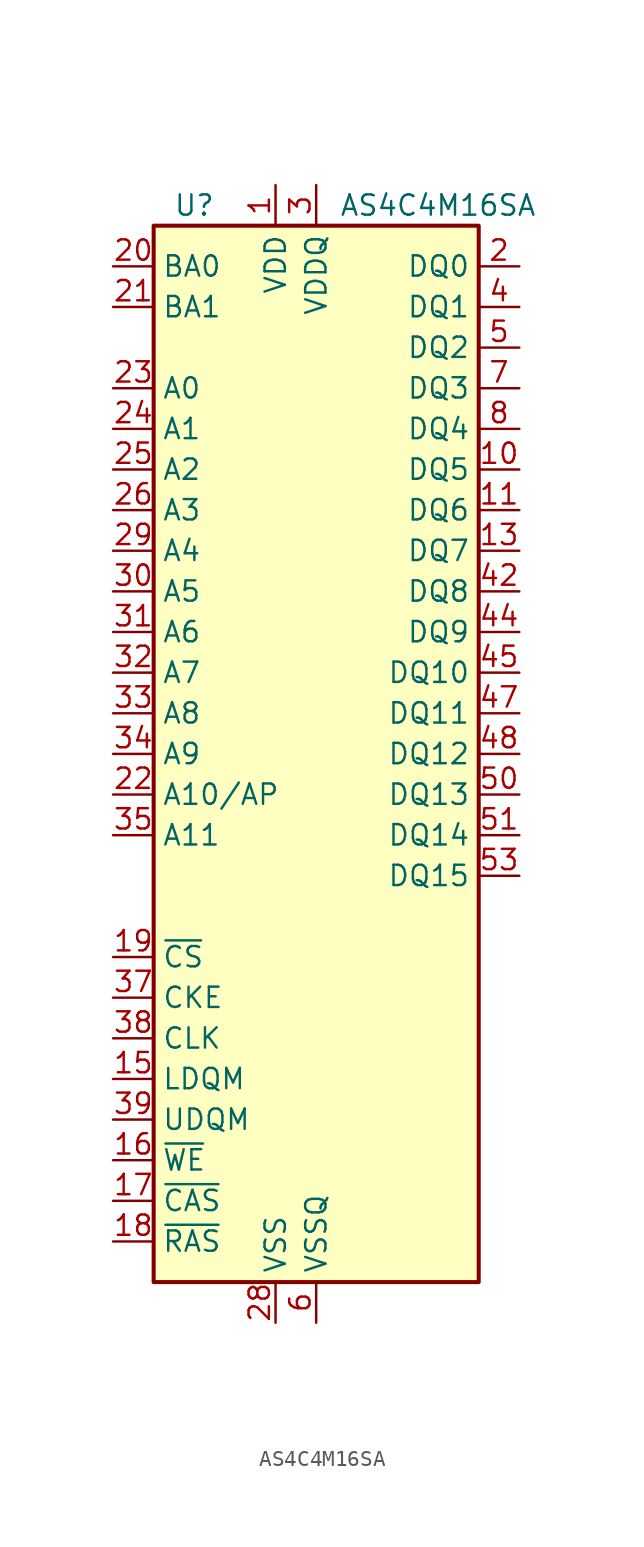
<source format=kicad_sym>
(kicad_symbol_lib
  (version 20231120)
  (generator "kicad_symbol_editor")
  (generator_version "8.0")
  (symbol "AS4C4M16SA"
    (property "Reference" "U"
      (at -7.62 34.29 0)
      (effects (font (size 1.27 1.27))))
    (property "Value" "AS4C4M16SA"
      (at 7.62 34.29 0)
      (effects (font (size 1.27 1.27))))
    (symbol "AS4C4M16SA_0_1"
      (rectangle (start -10.16 33.02) (end 10.16 -33.02) (stroke (width 0.254) (type default)) (fill (type background))))
    (symbol "AS4C4M16SA_1_1"
      (pin power_in line (at -2.54 35.56 270) (length 2.54) (name "VDD" (effects (font (size 1.27 1.27)))) (number "1" (effects (font (size 1.27 1.27)))))
      (pin bidirectional line (at 12.7 17.78 180) (length 2.54) (name "DQ5" (effects (font (size 1.27 1.27)))) (number "10" (effects (font (size 1.27 1.27)))))
      (pin bidirectional line (at 12.7 15.24 180) (length 2.54) (name "DQ6" (effects (font (size 1.27 1.27)))) (number "11" (effects (font (size 1.27 1.27)))))
      (pin passive line (at 0 -35.56 90) (length 2.54) hide (name "VSSQ" (effects (font (size 1.27 1.27)))) (number "12" (effects (font (size 1.27 1.27)))))
      (pin bidirectional line (at 12.7 12.7 180) (length 2.54) (name "DQ7" (effects (font (size 1.27 1.27)))) (number "13" (effects (font (size 1.27 1.27)))))
      (pin passive line (at -2.54 35.56 270) (length 2.54) hide (name "VDD" (effects (font (size 1.27 1.27)))) (number "14" (effects (font (size 1.27 1.27)))))
      (pin input line (at -12.7 -20.32 0) (length 2.54) (name "LDQM" (effects (font (size 1.27 1.27)))) (number "15" (effects (font (size 1.27 1.27)))))
      (pin input line (at -12.7 -25.4 0) (length 2.54) (name "~{WE}" (effects (font (size 1.27 1.27)))) (number "16" (effects (font (size 1.27 1.27)))))
      (pin input line (at -12.7 -27.94 0) (length 2.54) (name "~{CAS}" (effects (font (size 1.27 1.27)))) (number "17" (effects (font (size 1.27 1.27)))))
      (pin input line (at -12.7 -30.48 0) (length 2.54) (name "~{RAS}" (effects (font (size 1.27 1.27)))) (number "18" (effects (font (size 1.27 1.27)))))
      (pin input line (at -12.7 -12.7 0) (length 2.54) (name "~{CS}" (effects (font (size 1.27 1.27)))) (number "19" (effects (font (size 1.27 1.27)))))
      (pin bidirectional line (at 12.7 30.48 180) (length 2.54) (name "DQ0" (effects (font (size 1.27 1.27)))) (number "2" (effects (font (size 1.27 1.27)))))
      (pin input line (at -12.7 30.48 0) (length 2.54) (name "BA0" (effects (font (size 1.27 1.27)))) (number "20" (effects (font (size 1.27 1.27)))))
      (pin input line (at -12.7 27.94 0) (length 2.54) (name "BA1" (effects (font (size 1.27 1.27)))) (number "21" (effects (font (size 1.27 1.27)))))
      (pin input line (at -12.7 -2.54 0) (length 2.54) (name "A10/AP" (effects (font (size 1.27 1.27)))) (number "22" (effects (font (size 1.27 1.27)))))
      (pin input line (at -12.7 22.86 0) (length 2.54) (name "A0" (effects (font (size 1.27 1.27)))) (number "23" (effects (font (size 1.27 1.27)))))
      (pin input line (at -12.7 20.32 0) (length 2.54) (name "A1" (effects (font (size 1.27 1.27)))) (number "24" (effects (font (size 1.27 1.27)))))
      (pin input line (at -12.7 17.78 0) (length 2.54) (name "A2" (effects (font (size 1.27 1.27)))) (number "25" (effects (font (size 1.27 1.27)))))
      (pin input line (at -12.7 15.24 0) (length 2.54) (name "A3" (effects (font (size 1.27 1.27)))) (number "26" (effects (font (size 1.27 1.27)))))
      (pin passive line (at -2.54 35.56 270) (length 2.54) hide (name "VDD" (effects (font (size 1.27 1.27)))) (number "27" (effects (font (size 1.27 1.27)))))
      (pin power_in line (at -2.54 -35.56 90) (length 2.54) (name "VSS" (effects (font (size 1.27 1.27)))) (number "28" (effects (font (size 1.27 1.27)))))
      (pin input line (at -12.7 12.7 0) (length 2.54) (name "A4" (effects (font (size 1.27 1.27)))) (number "29" (effects (font (size 1.27 1.27)))))
      (pin power_in line (at 0 35.56 270) (length 2.54) (name "VDDQ" (effects (font (size 1.27 1.27)))) (number "3" (effects (font (size 1.27 1.27)))))
      (pin input line (at -12.7 10.16 0) (length 2.54) (name "A5" (effects (font (size 1.27 1.27)))) (number "30" (effects (font (size 1.27 1.27)))))
      (pin input line (at -12.7 7.62 0) (length 2.54) (name "A6" (effects (font (size 1.27 1.27)))) (number "31" (effects (font (size 1.27 1.27)))))
      (pin input line (at -12.7 5.08 0) (length 2.54) (name "A7" (effects (font (size 1.27 1.27)))) (number "32" (effects (font (size 1.27 1.27)))))
      (pin input line (at -12.7 2.54 0) (length 2.54) (name "A8" (effects (font (size 1.27 1.27)))) (number "33" (effects (font (size 1.27 1.27)))))
      (pin input line (at -12.7 0 0) (length 2.54) (name "A9" (effects (font (size 1.27 1.27)))) (number "34" (effects (font (size 1.27 1.27)))))
      (pin input line (at -12.7 -5.08 0) (length 2.54) (name "A11" (effects (font (size 1.27 1.27)))) (number "35" (effects (font (size 1.27 1.27)))))
      (pin no_connect line (at 10.16 -17.78 180) (length 2.54) hide (name "NC" (effects (font (size 1.27 1.27)))) (number "36" (effects (font (size 1.27 1.27)))))
      (pin input line (at -12.7 -15.24 0) (length 2.54) (name "CKE" (effects (font (size 1.27 1.27)))) (number "37" (effects (font (size 1.27 1.27)))))
      (pin input line (at -12.7 -17.78 0) (length 2.54) (name "CLK" (effects (font (size 1.27 1.27)))) (number "38" (effects (font (size 1.27 1.27)))))
      (pin input line (at -12.7 -22.86 0) (length 2.54) (name "UDQM" (effects (font (size 1.27 1.27)))) (number "39" (effects (font (size 1.27 1.27)))))
      (pin bidirectional line (at 12.7 27.94 180) (length 2.54) (name "DQ1" (effects (font (size 1.27 1.27)))) (number "4" (effects (font (size 1.27 1.27)))))
      (pin no_connect line (at 10.16 -20.32 180) (length 2.54) hide (name "NC/RFU" (effects (font (size 1.27 1.27)))) (number "40" (effects (font (size 1.27 1.27)))))
      (pin passive line (at -2.54 -35.56 90) (length 2.54) hide (name "VSS" (effects (font (size 1.27 1.27)))) (number "41" (effects (font (size 1.27 1.27)))))
      (pin bidirectional line (at 12.7 10.16 180) (length 2.54) (name "DQ8" (effects (font (size 1.27 1.27)))) (number "42" (effects (font (size 1.27 1.27)))))
      (pin passive line (at 0 35.56 270) (length 2.54) hide (name "VDDQ" (effects (font (size 1.27 1.27)))) (number "43" (effects (font (size 1.27 1.27)))))
      (pin bidirectional line (at 12.7 7.62 180) (length 2.54) (name "DQ9" (effects (font (size 1.27 1.27)))) (number "44" (effects (font (size 1.27 1.27)))))
      (pin bidirectional line (at 12.7 5.08 180) (length 2.54) (name "DQ10" (effects (font (size 1.27 1.27)))) (number "45" (effects (font (size 1.27 1.27)))))
      (pin passive line (at 0 -35.56 90) (length 2.54) hide (name "VSSQ" (effects (font (size 1.27 1.27)))) (number "46" (effects (font (size 1.27 1.27)))))
      (pin bidirectional line (at 12.7 2.54 180) (length 2.54) (name "DQ11" (effects (font (size 1.27 1.27)))) (number "47" (effects (font (size 1.27 1.27)))))
      (pin bidirectional line (at 12.7 0 180) (length 2.54) (name "DQ12" (effects (font (size 1.27 1.27)))) (number "48" (effects (font (size 1.27 1.27)))))
      (pin passive line (at 0 35.56 270) (length 2.54) hide (name "VDDQ" (effects (font (size 1.27 1.27)))) (number "49" (effects (font (size 1.27 1.27)))))
      (pin bidirectional line (at 12.7 25.4 180) (length 2.54) (name "DQ2" (effects (font (size 1.27 1.27)))) (number "5" (effects (font (size 1.27 1.27)))))
      (pin bidirectional line (at 12.7 -2.54 180) (length 2.54) (name "DQ13" (effects (font (size 1.27 1.27)))) (number "50" (effects (font (size 1.27 1.27)))))
      (pin bidirectional line (at 12.7 -5.08 180) (length 2.54) (name "DQ14" (effects (font (size 1.27 1.27)))) (number "51" (effects (font (size 1.27 1.27)))))
      (pin passive line (at 0 -35.56 90) (length 2.54) hide (name "VSSQ" (effects (font (size 1.27 1.27)))) (number "52" (effects (font (size 1.27 1.27)))))
      (pin bidirectional line (at 12.7 -7.62 180) (length 2.54) (name "DQ15" (effects (font (size 1.27 1.27)))) (number "53" (effects (font (size 1.27 1.27)))))
      (pin passive line (at -2.54 -35.56 90) (length 2.54) hide (name "VSS" (effects (font (size 1.27 1.27)))) (number "54" (effects (font (size 1.27 1.27)))))
      (pin power_in line (at 0 -35.56 90) (length 2.54) (name "VSSQ" (effects (font (size 1.27 1.27)))) (number "6" (effects (font (size 1.27 1.27)))))
      (pin bidirectional line (at 12.7 22.86 180) (length 2.54) (name "DQ3" (effects (font (size 1.27 1.27)))) (number "7" (effects (font (size 1.27 1.27)))))
      (pin bidirectional line (at 12.7 20.32 180) (length 2.54) (name "DQ4" (effects (font (size 1.27 1.27)))) (number "8" (effects (font (size 1.27 1.27)))))
      (pin passive line (at 0 35.56 270) (length 2.54) hide (name "VDDQ" (effects (font (size 1.27 1.27)))) (number "9" (effects (font (size 1.27 1.27))))))))
</source>
